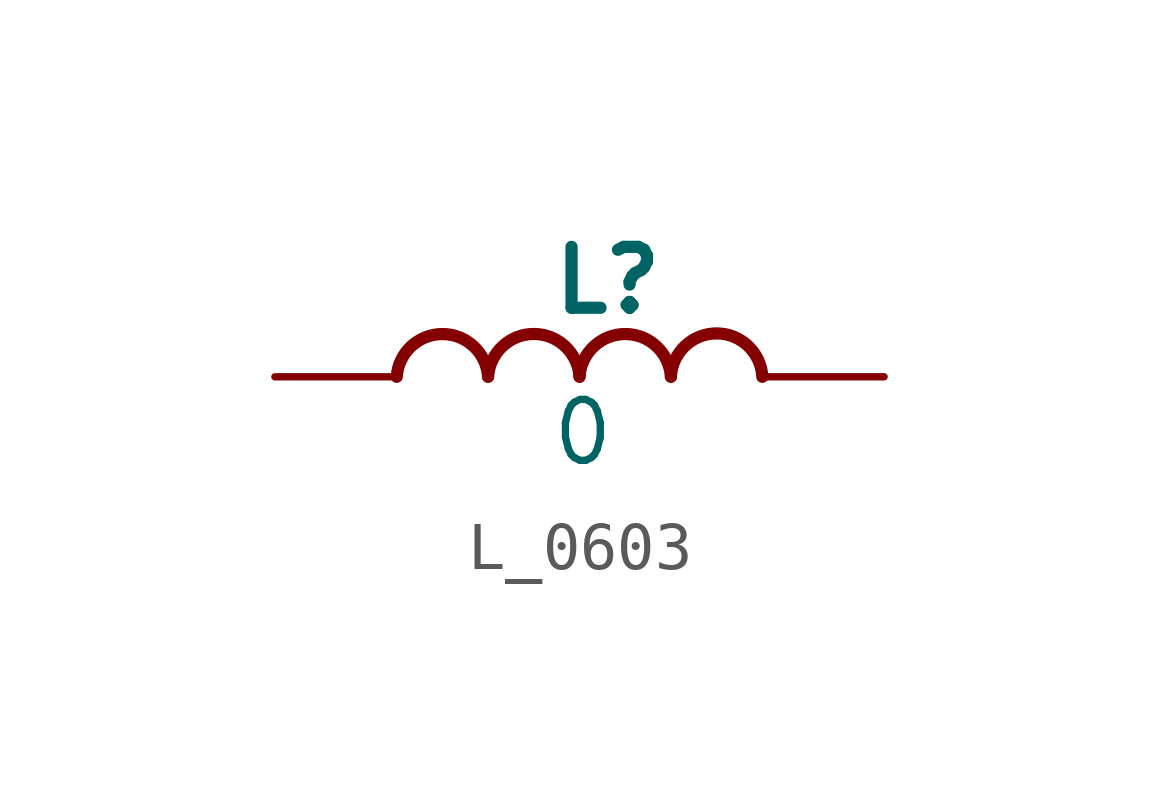
<source format=kicad_sym>
(kicad_symbol_lib
  (version 20220914)
  (generator kicad_symbol_editor)
  (symbol "L_0603"
    (pin_numbers hide)
    (pin_names
      (offset 1.016))
    (property "Reference" "L"
      (at -0.635 1.27 0)
      (effects (font (size 1.27 1.27) bold) (justify left bottom)))
    (property "Value" "0"
      (at -0.635 -1.905 0)
      (effects (font (size 1.27 1.27)) (justify left bottom)))
    (symbol "L_0603_0_0"
      (arc (start -1.905 0) (mid -2.8575 0.8913) (end -3.81 0) (stroke (width 0.254) (type default)) (fill (type none)))
      (arc (start 0 0) (mid -0.9499 0.8928) (end -1.905 0.0055) (stroke (width 0.254) (type default)) (fill (type none)))
      (arc (start 1.905 0) (mid 0.9551 0.8914) (end 0 0.0055) (stroke (width 0.254) (type default)) (fill (type none)))
      (arc (start 3.81 0) (mid 2.8602 0.905) (end 1.905 0.0055) (stroke (width 0.254) (type default)) (fill (type none)))
      (pin passive line (at 6.35 0 180) (length 2.54) (name "~" (effects (font (size 1.016 1.016)))) (number "2" (effects (font (size 1.016 1.016))))))
    (symbol "L_0603_1_0"
      (pin passive line (at -6.35 0 0) (length 2.54) (name "~" (effects (font (size 1.016 1.016)))) (number "1" (effects (font (size 1.016 1.016))))))))
</source>
